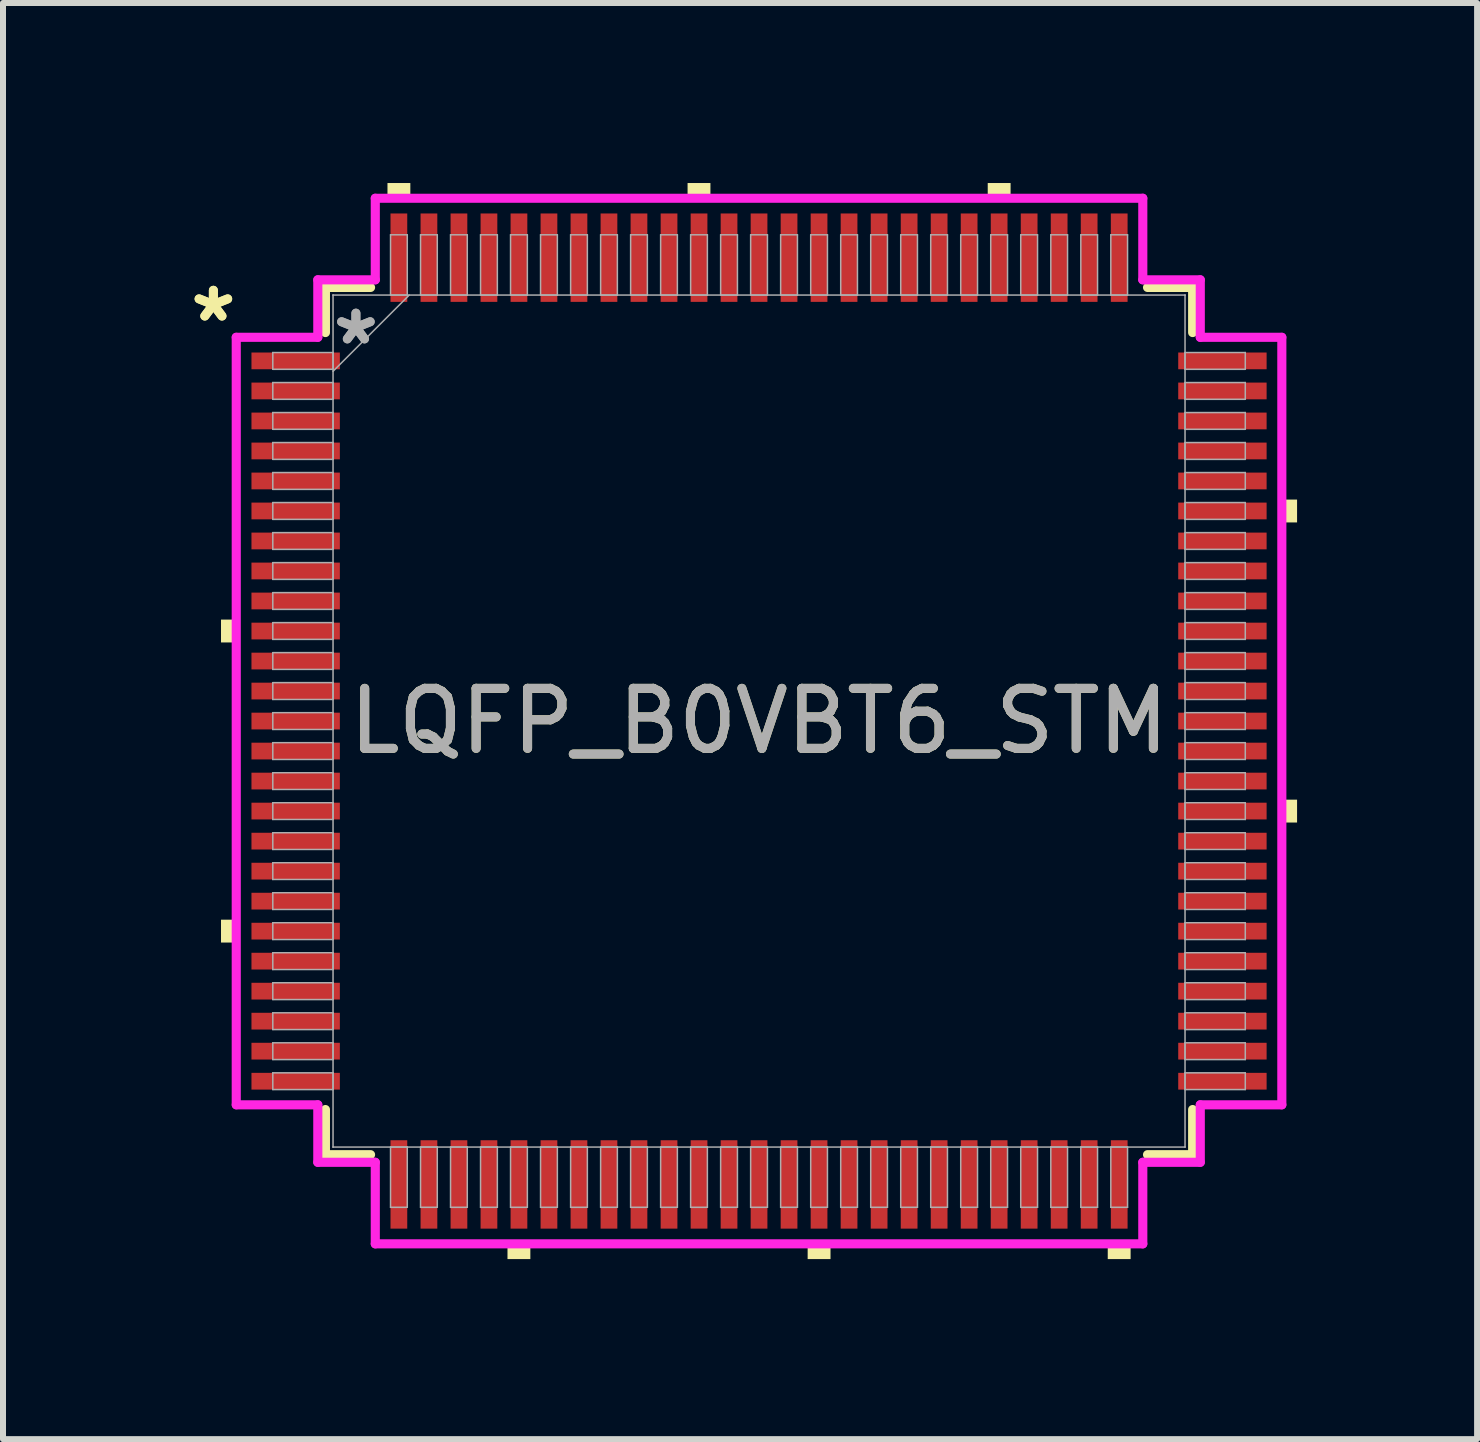
<source format=kicad_pcb>
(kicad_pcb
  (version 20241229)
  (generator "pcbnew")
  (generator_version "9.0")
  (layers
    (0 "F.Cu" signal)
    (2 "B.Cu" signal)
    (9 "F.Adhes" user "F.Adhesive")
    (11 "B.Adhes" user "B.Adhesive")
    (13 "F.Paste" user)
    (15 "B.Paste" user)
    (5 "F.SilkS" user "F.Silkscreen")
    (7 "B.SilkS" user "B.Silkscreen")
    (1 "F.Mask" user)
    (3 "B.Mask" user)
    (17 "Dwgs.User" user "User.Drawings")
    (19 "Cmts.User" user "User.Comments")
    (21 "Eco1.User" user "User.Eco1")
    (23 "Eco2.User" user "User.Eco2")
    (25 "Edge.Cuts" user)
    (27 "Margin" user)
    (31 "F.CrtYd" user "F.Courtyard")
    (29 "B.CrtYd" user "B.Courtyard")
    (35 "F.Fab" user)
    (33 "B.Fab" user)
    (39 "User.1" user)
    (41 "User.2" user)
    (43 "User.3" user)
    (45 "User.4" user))
  (footprint "LQFP_B0VBT6_STM"
    (layer "F.Cu")
    (at 9.599 8.966)
    (property "Reference" "LQFP_B0VBT6_STM" (at 0 0 0) (unlocked yes) (layer "F.SilkS") (effects (font (size 1 1) (thickness 0.15))))
    (attr smd)
    (fp_line (start -7.226 -7.226) (end -7.226 -6.474) (stroke (width 0.152) (type solid)) (layer "F.SilkS"))
    (fp_line (start -7.226 6.474) (end -7.226 7.226) (stroke (width 0.152) (type solid)) (layer "F.SilkS"))
    (fp_line (start -7.226 7.226) (end -6.474 7.226) (stroke (width 0.152) (type solid)) (layer "F.SilkS"))
    (fp_line (start -6.474 -7.226) (end -7.226 -7.226) (stroke (width 0.152) (type solid)) (layer "F.SilkS"))
    (fp_line (start 6.474 7.226) (end 7.226 7.226) (stroke (width 0.152) (type solid)) (layer "F.SilkS"))
    (fp_line (start 7.226 -7.226) (end 6.474 -7.226) (stroke (width 0.152) (type solid)) (layer "F.SilkS"))
    (fp_line (start 7.226 -6.474) (end 7.226 -7.226) (stroke (width 0.152) (type solid)) (layer "F.SilkS"))
    (fp_line (start 7.226 7.226) (end 7.226 6.474) (stroke (width 0.152) (type solid)) (layer "F.SilkS"))
    (fp_poly (pts (xy -8.966 -1.691) (xy -8.966 -1.31) (xy -8.712 -1.31) (xy -8.712 -1.691)) (stroke (width 0) (type solid)) (fill yes) (layer "F.SilkS"))
    (fp_poly (pts (xy -8.966 3.31) (xy -8.966 3.691) (xy -8.712 3.691) (xy -8.712 3.31)) (stroke (width 0) (type solid)) (fill yes) (layer "F.SilkS"))
    (fp_poly (pts (xy -6.192 -8.712) (xy -6.192 -8.966) (xy -5.811 -8.966) (xy -5.811 -8.712)) (stroke (width 0) (type solid)) (fill yes) (layer "F.SilkS"))
    (fp_poly (pts (xy -4.192 8.712) (xy -4.192 8.966) (xy -3.811 8.966) (xy -3.811 8.712)) (stroke (width 0) (type solid)) (fill yes) (layer "F.SilkS"))
    (fp_poly (pts (xy -1.191 -8.712) (xy -1.191 -8.966) (xy -0.81 -8.966) (xy -0.81 -8.712)) (stroke (width 0) (type solid)) (fill yes) (layer "F.SilkS"))
    (fp_poly (pts (xy 0.81 8.712) (xy 0.81 8.966) (xy 1.191 8.966) (xy 1.191 8.712)) (stroke (width 0) (type solid)) (fill yes) (layer "F.SilkS"))
    (fp_poly (pts (xy 3.811 -8.712) (xy 3.811 -8.966) (xy 4.192 -8.966) (xy 4.192 -8.712)) (stroke (width 0) (type solid)) (fill yes) (layer "F.SilkS"))
    (fp_poly (pts (xy 5.811 8.712) (xy 5.811 8.966) (xy 6.192 8.966) (xy 6.192 8.712)) (stroke (width 0) (type solid)) (fill yes) (layer "F.SilkS"))
    (fp_poly (pts (xy 8.966 -3.691) (xy 8.966 -3.31) (xy 8.712 -3.31) (xy 8.712 -3.691)) (stroke (width 0) (type solid)) (fill yes) (layer "F.SilkS"))
    (fp_poly (pts (xy 8.966 1.31) (xy 8.966 1.691) (xy 8.712 1.691) (xy 8.712 1.31)) (stroke (width 0) (type solid)) (fill yes) (layer "F.SilkS"))
    (fp_line (start -8.712 -6.395) (end -7.353 -6.395) (stroke (width 0.152) (type solid)) (layer "F.CrtYd"))
    (fp_line (start -8.712 6.395) (end -8.712 -6.395) (stroke (width 0.152) (type solid)) (layer "F.CrtYd"))
    (fp_line (start -7.353 -7.353) (end -6.395 -7.353) (stroke (width 0.152) (type solid)) (layer "F.CrtYd"))
    (fp_line (start -7.353 -6.395) (end -7.353 -7.353) (stroke (width 0.152) (type solid)) (layer "F.CrtYd"))
    (fp_line (start -7.353 6.395) (end -8.712 6.395) (stroke (width 0.152) (type solid)) (layer "F.CrtYd"))
    (fp_line (start -7.353 7.353) (end -7.353 6.395) (stroke (width 0.152) (type solid)) (layer "F.CrtYd"))
    (fp_line (start -7.353 7.353) (end -6.395 7.353) (stroke (width 0.152) (type solid)) (layer "F.CrtYd"))
    (fp_line (start -6.395 -8.712) (end 6.395 -8.712) (stroke (width 0.152) (type solid)) (layer "F.CrtYd"))
    (fp_line (start -6.395 -7.353) (end -6.395 -8.712) (stroke (width 0.152) (type solid)) (layer "F.CrtYd"))
    (fp_line (start -6.395 7.353) (end -6.395 8.712) (stroke (width 0.152) (type solid)) (layer "F.CrtYd"))
    (fp_line (start -6.395 8.712) (end 6.395 8.712) (stroke (width 0.152) (type solid)) (layer "F.CrtYd"))
    (fp_line (start 6.395 -8.712) (end 6.395 -7.353) (stroke (width 0.152) (type solid)) (layer "F.CrtYd"))
    (fp_line (start 6.395 -7.353) (end 7.353 -7.353) (stroke (width 0.152) (type solid)) (layer "F.CrtYd"))
    (fp_line (start 6.395 7.353) (end 7.353 7.353) (stroke (width 0.152) (type solid)) (layer "F.CrtYd"))
    (fp_line (start 6.395 8.712) (end 6.395 7.353) (stroke (width 0.152) (type solid)) (layer "F.CrtYd"))
    (fp_line (start 7.353 -6.395) (end 7.353 -7.353) (stroke (width 0.152) (type solid)) (layer "F.CrtYd"))
    (fp_line (start 7.353 6.395) (end 8.712 6.395) (stroke (width 0.152) (type solid)) (layer "F.CrtYd"))
    (fp_line (start 7.353 7.353) (end 7.353 6.395) (stroke (width 0.152) (type solid)) (layer "F.CrtYd"))
    (fp_line (start 8.712 -6.395) (end 7.353 -6.395) (stroke (width 0.152) (type solid)) (layer "F.CrtYd"))
    (fp_line (start 8.712 6.395) (end 8.712 -6.395) (stroke (width 0.152) (type solid)) (layer "F.CrtYd"))
    (fp_line (start -8.103 -6.141) (end -8.103 -5.862) (stroke (width 0.025) (type solid)) (layer "F.Fab"))
    (fp_line (start -8.103 -5.862) (end -7.099 -5.862) (stroke (width 0.025) (type solid)) (layer "F.Fab"))
    (fp_line (start -8.103 -5.641) (end -8.103 -5.362) (stroke (width 0.025) (type solid)) (layer "F.Fab"))
    (fp_line (start -8.103 -5.362) (end -7.099 -5.362) (stroke (width 0.025) (type solid)) (layer "F.Fab"))
    (fp_line (start -8.103 -5.141) (end -8.103 -4.862) (stroke (width 0.025) (type solid)) (layer "F.Fab"))
    (fp_line (start -8.103 -4.862) (end -7.099 -4.862) (stroke (width 0.025) (type solid)) (layer "F.Fab"))
    (fp_line (start -8.103 -4.641) (end -8.103 -4.361) (stroke (width 0.025) (type solid)) (layer "F.Fab"))
    (fp_line (start -8.103 -4.361) (end -7.099 -4.361) (stroke (width 0.025) (type solid)) (layer "F.Fab"))
    (fp_line (start -8.103 -4.141) (end -8.103 -3.861) (stroke (width 0.025) (type solid)) (layer "F.Fab"))
    (fp_line (start -8.103 -3.861) (end -7.099 -3.861) (stroke (width 0.025) (type solid)) (layer "F.Fab"))
    (fp_line (start -8.103 -3.641) (end -8.103 -3.361) (stroke (width 0.025) (type solid)) (layer "F.Fab"))
    (fp_line (start -8.103 -3.361) (end -7.099 -3.361) (stroke (width 0.025) (type solid)) (layer "F.Fab"))
    (fp_line (start -8.103 -3.14) (end -8.103 -2.861) (stroke (width 0.025) (type solid)) (layer "F.Fab"))
    (fp_line (start -8.103 -2.861) (end -7.099 -2.861) (stroke (width 0.025) (type solid)) (layer "F.Fab"))
    (fp_line (start -8.103 -2.64) (end -8.103 -2.361) (stroke (width 0.025) (type solid)) (layer "F.Fab"))
    (fp_line (start -8.103 -2.361) (end -7.099 -2.361) (stroke (width 0.025) (type solid)) (layer "F.Fab"))
    (fp_line (start -8.103 -2.14) (end -8.103 -1.861) (stroke (width 0.025) (type solid)) (layer "F.Fab"))
    (fp_line (start -8.103 -1.861) (end -7.099 -1.861) (stroke (width 0.025) (type solid)) (layer "F.Fab"))
    (fp_line (start -8.103 -1.64) (end -8.103 -1.361) (stroke (width 0.025) (type solid)) (layer "F.Fab"))
    (fp_line (start -8.103 -1.361) (end -7.099 -1.361) (stroke (width 0.025) (type solid)) (layer "F.Fab"))
    (fp_line (start -8.103 -1.14) (end -8.103 -0.861) (stroke (width 0.025) (type solid)) (layer "F.Fab"))
    (fp_line (start -8.103 -0.861) (end -7.099 -0.861) (stroke (width 0.025) (type solid)) (layer "F.Fab"))
    (fp_line (start -8.103 -0.64) (end -8.103 -0.36) (stroke (width 0.025) (type solid)) (layer "F.Fab"))
    (fp_line (start -8.103 -0.36) (end -7.099 -0.36) (stroke (width 0.025) (type solid)) (layer "F.Fab"))
    (fp_line (start -8.103 -0.14) (end -8.103 0.14) (stroke (width 0.025) (type solid)) (layer "F.Fab"))
    (fp_line (start -8.103 0.14) (end -7.099 0.14) (stroke (width 0.025) (type solid)) (layer "F.Fab"))
    (fp_line (start -8.103 0.36) (end -8.103 0.64) (stroke (width 0.025) (type solid)) (layer "F.Fab"))
    (fp_line (start -8.103 0.64) (end -7.099 0.64) (stroke (width 0.025) (type solid)) (layer "F.Fab"))
    (fp_line (start -8.103 0.861) (end -8.103 1.14) (stroke (width 0.025) (type solid)) (layer "F.Fab"))
    (fp_line (start -8.103 1.14) (end -7.099 1.14) (stroke (width 0.025) (type solid)) (layer "F.Fab"))
    (fp_line (start -8.103 1.361) (end -8.103 1.64) (stroke (width 0.025) (type solid)) (layer "F.Fab"))
    (fp_line (start -8.103 1.64) (end -7.099 1.64) (stroke (width 0.025) (type solid)) (layer "F.Fab"))
    (fp_line (start -8.103 1.861) (end -8.103 2.14) (stroke (width 0.025) (type solid)) (layer "F.Fab"))
    (fp_line (start -8.103 2.14) (end -7.099 2.14) (stroke (width 0.025) (type solid)) (layer "F.Fab"))
    (fp_line (start -8.103 2.361) (end -8.103 2.64) (stroke (width 0.025) (type solid)) (layer "F.Fab"))
    (fp_line (start -8.103 2.64) (end -7.099 2.64) (stroke (width 0.025) (type solid)) (layer "F.Fab"))
    (fp_line (start -8.103 2.861) (end -8.103 3.14) (stroke (width 0.025) (type solid)) (layer "F.Fab"))
    (fp_line (start -8.103 3.14) (end -7.099 3.14) (stroke (width 0.025) (type solid)) (layer "F.Fab"))
    (fp_line (start -8.103 3.361) (end -8.103 3.641) (stroke (width 0.025) (type solid)) (layer "F.Fab"))
    (fp_line (start -8.103 3.641) (end -7.099 3.641) (stroke (width 0.025) (type solid)) (layer "F.Fab"))
    (fp_line (start -8.103 3.861) (end -8.103 4.141) (stroke (width 0.025) (type solid)) (layer "F.Fab"))
    (fp_line (start -8.103 4.141) (end -7.099 4.141) (stroke (width 0.025) (type solid)) (layer "F.Fab"))
    (fp_line (start -8.103 4.361) (end -8.103 4.641) (stroke (width 0.025) (type solid)) (layer "F.Fab"))
    (fp_line (start -8.103 4.641) (end -7.099 4.641) (stroke (width 0.025) (type solid)) (layer "F.Fab"))
    (fp_line (start -8.103 4.862) (end -8.103 5.141) (stroke (width 0.025) (type solid)) (layer "F.Fab"))
    (fp_line (start -8.103 5.141) (end -7.099 5.141) (stroke (width 0.025) (type solid)) (layer "F.Fab"))
    (fp_line (start -8.103 5.362) (end -8.103 5.641) (stroke (width 0.025) (type solid)) (layer "F.Fab"))
    (fp_line (start -8.103 5.641) (end -7.099 5.641) (stroke (width 0.025) (type solid)) (layer "F.Fab"))
    (fp_line (start -8.103 5.862) (end -8.103 6.141) (stroke (width 0.025) (type solid)) (layer "F.Fab"))
    (fp_line (start -8.103 6.141) (end -7.099 6.141) (stroke (width 0.025) (type solid)) (layer "F.Fab"))
    (fp_line (start -7.099 -7.099) (end -7.099 -7.099) (stroke (width 0.025) (type solid)) (layer "F.Fab"))
    (fp_line (start -7.099 -7.099) (end -7.099 7.099) (stroke (width 0.025) (type solid)) (layer "F.Fab"))
    (fp_line (start -7.099 -6.141) (end -8.103 -6.141) (stroke (width 0.025) (type solid)) (layer "F.Fab"))
    (fp_line (start -7.099 -5.862) (end -7.099 -6.141) (stroke (width 0.025) (type solid)) (layer "F.Fab"))
    (fp_line (start -7.099 -5.829) (end -5.829 -7.099) (stroke (width 0.025) (type solid)) (layer "F.Fab"))
    (fp_line (start -7.099 -5.641) (end -8.103 -5.641) (stroke (width 0.025) (type solid)) (layer "F.Fab"))
    (fp_line (start -7.099 -5.362) (end -7.099 -5.641) (stroke (width 0.025) (type solid)) (layer "F.Fab"))
    (fp_line (start -7.099 -5.141) (end -8.103 -5.141) (stroke (width 0.025) (type solid)) (layer "F.Fab"))
    (fp_line (start -7.099 -4.862) (end -7.099 -5.141) (stroke (width 0.025) (type solid)) (layer "F.Fab"))
    (fp_line (start -7.099 -4.641) (end -8.103 -4.641) (stroke (width 0.025) (type solid)) (layer "F.Fab"))
    (fp_line (start -7.099 -4.361) (end -7.099 -4.641) (stroke (width 0.025) (type solid)) (layer "F.Fab"))
    (fp_line (start -7.099 -4.141) (end -8.103 -4.141) (stroke (width 0.025) (type solid)) (layer "F.Fab"))
    (fp_line (start -7.099 -3.861) (end -7.099 -4.141) (stroke (width 0.025) (type solid)) (layer "F.Fab"))
    (fp_line (start -7.099 -3.641) (end -8.103 -3.641) (stroke (width 0.025) (type solid)) (layer "F.Fab"))
    (fp_line (start -7.099 -3.361) (end -7.099 -3.641) (stroke (width 0.025) (type solid)) (layer "F.Fab"))
    (fp_line (start -7.099 -3.14) (end -8.103 -3.14) (stroke (width 0.025) (type solid)) (layer "F.Fab"))
    (fp_line (start -7.099 -2.861) (end -7.099 -3.14) (stroke (width 0.025) (type solid)) (layer "F.Fab"))
    (fp_line (start -7.099 -2.64) (end -8.103 -2.64) (stroke (width 0.025) (type solid)) (layer "F.Fab"))
    (fp_line (start -7.099 -2.361) (end -7.099 -2.64) (stroke (width 0.025) (type solid)) (layer "F.Fab"))
    (fp_line (start -7.099 -2.14) (end -8.103 -2.14) (stroke (width 0.025) (type solid)) (layer "F.Fab"))
    (fp_line (start -7.099 -1.861) (end -7.099 -2.14) (stroke (width 0.025) (type solid)) (layer "F.Fab"))
    (fp_line (start -7.099 -1.64) (end -8.103 -1.64) (stroke (width 0.025) (type solid)) (layer "F.Fab"))
    (fp_line (start -7.099 -1.361) (end -7.099 -1.64) (stroke (width 0.025) (type solid)) (layer "F.Fab"))
    (fp_line (start -7.099 -1.14) (end -8.103 -1.14) (stroke (width 0.025) (type solid)) (layer "F.Fab"))
    (fp_line (start -7.099 -0.861) (end -7.099 -1.14) (stroke (width 0.025) (type solid)) (layer "F.Fab"))
    (fp_line (start -7.099 -0.64) (end -8.103 -0.64) (stroke (width 0.025) (type solid)) (layer "F.Fab"))
    (fp_line (start -7.099 -0.36) (end -7.099 -0.64) (stroke (width 0.025) (type solid)) (layer "F.Fab"))
    (fp_line (start -7.099 -0.14) (end -8.103 -0.14) (stroke (width 0.025) (type solid)) (layer "F.Fab"))
    (fp_line (start -7.099 0.14) (end -7.099 -0.14) (stroke (width 0.025) (type solid)) (layer "F.Fab"))
    (fp_line (start -7.099 0.36) (end -8.103 0.36) (stroke (width 0.025) (type solid)) (layer "F.Fab"))
    (fp_line (start -7.099 0.64) (end -7.099 0.36) (stroke (width 0.025) (type solid)) (layer "F.Fab"))
    (fp_line (start -7.099 0.861) (end -8.103 0.861) (stroke (width 0.025) (type solid)) (layer "F.Fab"))
    (fp_line (start -7.099 1.14) (end -7.099 0.861) (stroke (width 0.025) (type solid)) (layer "F.Fab"))
    (fp_line (start -7.099 1.361) (end -8.103 1.361) (stroke (width 0.025) (type solid)) (layer "F.Fab"))
    (fp_line (start -7.099 1.64) (end -7.099 1.361) (stroke (width 0.025) (type solid)) (layer "F.Fab"))
    (fp_line (start -7.099 1.861) (end -8.103 1.861) (stroke (width 0.025) (type solid)) (layer "F.Fab"))
    (fp_line (start -7.099 2.14) (end -7.099 1.861) (stroke (width 0.025) (type solid)) (layer "F.Fab"))
    (fp_line (start -7.099 2.361) (end -8.103 2.361) (stroke (width 0.025) (type solid)) (layer "F.Fab"))
    (fp_line (start -7.099 2.64) (end -7.099 2.361) (stroke (width 0.025) (type solid)) (layer "F.Fab"))
    (fp_line (start -7.099 2.861) (end -8.103 2.861) (stroke (width 0.025) (type solid)) (layer "F.Fab"))
    (fp_line (start -7.099 3.14) (end -7.099 2.861) (stroke (width 0.025) (type solid)) (layer "F.Fab"))
    (fp_line (start -7.099 3.361) (end -8.103 3.361) (stroke (width 0.025) (type solid)) (layer "F.Fab"))
    (fp_line (start -7.099 3.641) (end -7.099 3.361) (stroke (width 0.025) (type solid)) (layer "F.Fab"))
    (fp_line (start -7.099 3.861) (end -8.103 3.861) (stroke (width 0.025) (type solid)) (layer "F.Fab"))
    (fp_line (start -7.099 4.141) (end -7.099 3.861) (stroke (width 0.025) (type solid)) (layer "F.Fab"))
    (fp_line (start -7.099 4.361) (end -8.103 4.361) (stroke (width 0.025) (type solid)) (layer "F.Fab"))
    (fp_line (start -7.099 4.641) (end -7.099 4.361) (stroke (width 0.025) (type solid)) (layer "F.Fab"))
    (fp_line (start -7.099 4.862) (end -8.103 4.862) (stroke (width 0.025) (type solid)) (layer "F.Fab"))
    (fp_line (start -7.099 5.141) (end -7.099 4.862) (stroke (width 0.025) (type solid)) (layer "F.Fab"))
    (fp_line (start -7.099 5.362) (end -8.103 5.362) (stroke (width 0.025) (type solid)) (layer "F.Fab"))
    (fp_line (start -7.099 5.641) (end -7.099 5.362) (stroke (width 0.025) (type solid)) (layer "F.Fab"))
    (fp_line (start -7.099 5.862) (end -8.103 5.862) (stroke (width 0.025) (type solid)) (layer "F.Fab"))
    (fp_line (start -7.099 6.141) (end -7.099 5.862) (stroke (width 0.025) (type solid)) (layer "F.Fab"))
    (fp_line (start -7.099 7.099) (end -7.099 7.099) (stroke (width 0.025) (type solid)) (layer "F.Fab"))
    (fp_line (start -7.099 7.099) (end 7.099 7.099) (stroke (width 0.025) (type solid)) (layer "F.Fab"))
    (fp_line (start -6.141 -8.103) (end -6.141 -7.099) (stroke (width 0.025) (type solid)) (layer "F.Fab"))
    (fp_line (start -6.141 -7.099) (end -5.862 -7.099) (stroke (width 0.025) (type solid)) (layer "F.Fab"))
    (fp_line (start -6.141 7.099) (end -6.141 8.103) (stroke (width 0.025) (type solid)) (layer "F.Fab"))
    (fp_line (start -6.141 8.103) (end -5.862 8.103) (stroke (width 0.025) (type solid)) (layer "F.Fab"))
    (fp_line (start -5.862 -8.103) (end -6.141 -8.103) (stroke (width 0.025) (type solid)) (layer "F.Fab"))
    (fp_line (start -5.862 -7.099) (end -5.862 -8.103) (stroke (width 0.025) (type solid)) (layer "F.Fab"))
    (fp_line (start -5.862 7.099) (end -6.141 7.099) (stroke (width 0.025) (type solid)) (layer "F.Fab"))
    (fp_line (start -5.862 8.103) (end -5.862 7.099) (stroke (width 0.025) (type solid)) (layer "F.Fab"))
    (fp_line (start -5.641 -8.103) (end -5.641 -7.099) (stroke (width 0.025) (type solid)) (layer "F.Fab"))
    (fp_line (start -5.641 -7.099) (end -5.362 -7.099) (stroke (width 0.025) (type solid)) (layer "F.Fab"))
    (fp_line (start -5.641 7.099) (end -5.641 8.103) (stroke (width 0.025) (type solid)) (layer "F.Fab"))
    (fp_line (start -5.641 8.103) (end -5.362 8.103) (stroke (width 0.025) (type solid)) (layer "F.Fab"))
    (fp_line (start -5.362 -8.103) (end -5.641 -8.103) (stroke (width 0.025) (type solid)) (layer "F.Fab"))
    (fp_line (start -5.362 -7.099) (end -5.362 -8.103) (stroke (width 0.025) (type solid)) (layer "F.Fab"))
    (fp_line (start -5.362 7.099) (end -5.641 7.099) (stroke (width 0.025) (type solid)) (layer "F.Fab"))
    (fp_line (start -5.362 8.103) (end -5.362 7.099) (stroke (width 0.025) (type solid)) (layer "F.Fab"))
    (fp_line (start -5.141 -8.103) (end -5.141 -7.099) (stroke (width 0.025) (type solid)) (layer "F.Fab"))
    (fp_line (start -5.141 -7.099) (end -4.862 -7.099) (stroke (width 0.025) (type solid)) (layer "F.Fab"))
    (fp_line (start -5.141 7.099) (end -5.141 8.103) (stroke (width 0.025) (type solid)) (layer "F.Fab"))
    (fp_line (start -5.141 8.103) (end -4.862 8.103) (stroke (width 0.025) (type solid)) (layer "F.Fab"))
    (fp_line (start -4.862 -8.103) (end -5.141 -8.103) (stroke (width 0.025) (type solid)) (layer "F.Fab"))
    (fp_line (start -4.862 -7.099) (end -4.862 -8.103) (stroke (width 0.025) (type solid)) (layer "F.Fab"))
    (fp_line (start -4.862 7.099) (end -5.141 7.099) (stroke (width 0.025) (type solid)) (layer "F.Fab"))
    (fp_line (start -4.862 8.103) (end -4.862 7.099) (stroke (width 0.025) (type solid)) (layer "F.Fab"))
    (fp_line (start -4.641 -8.103) (end -4.641 -7.099) (stroke (width 0.025) (type solid)) (layer "F.Fab"))
    (fp_line (start -4.641 -7.099) (end -4.361 -7.099) (stroke (width 0.025) (type solid)) (layer "F.Fab"))
    (fp_line (start -4.641 7.099) (end -4.641 8.103) (stroke (width 0.025) (type solid)) (layer "F.Fab"))
    (fp_line (start -4.641 8.103) (end -4.361 8.103) (stroke (width 0.025) (type solid)) (layer "F.Fab"))
    (fp_line (start -4.361 -8.103) (end -4.641 -8.103) (stroke (width 0.025) (type solid)) (layer "F.Fab"))
    (fp_line (start -4.361 -7.099) (end -4.361 -8.103) (stroke (width 0.025) (type solid)) (layer "F.Fab"))
    (fp_line (start -4.361 7.099) (end -4.641 7.099) (stroke (width 0.025) (type solid)) (layer "F.Fab"))
    (fp_line (start -4.361 8.103) (end -4.361 7.099) (stroke (width 0.025) (type solid)) (layer "F.Fab"))
    (fp_line (start -4.141 -8.103) (end -4.141 -7.099) (stroke (width 0.025) (type solid)) (layer "F.Fab"))
    (fp_line (start -4.141 -7.099) (end -3.861 -7.099) (stroke (width 0.025) (type solid)) (layer "F.Fab"))
    (fp_line (start -4.141 7.099) (end -4.141 8.103) (stroke (width 0.025) (type solid)) (layer "F.Fab"))
    (fp_line (start -4.141 8.103) (end -3.861 8.103) (stroke (width 0.025) (type solid)) (layer "F.Fab"))
    (fp_line (start -3.861 -8.103) (end -4.141 -8.103) (stroke (width 0.025) (type solid)) (layer "F.Fab"))
    (fp_line (start -3.861 -7.099) (end -3.861 -8.103) (stroke (width 0.025) (type solid)) (layer "F.Fab"))
    (fp_line (start -3.861 7.099) (end -4.141 7.099) (stroke (width 0.025) (type solid)) (layer "F.Fab"))
    (fp_line (start -3.861 8.103) (end -3.861 7.099) (stroke (width 0.025) (type solid)) (layer "F.Fab"))
    (fp_line (start -3.641 -8.103) (end -3.641 -7.099) (stroke (width 0.025) (type solid)) (layer "F.Fab"))
    (fp_line (start -3.641 -7.099) (end -3.361 -7.099) (stroke (width 0.025) (type solid)) (layer "F.Fab"))
    (fp_line (start -3.641 7.099) (end -3.641 8.103) (stroke (width 0.025) (type solid)) (layer "F.Fab"))
    (fp_line (start -3.641 8.103) (end -3.361 8.103) (stroke (width 0.025) (type solid)) (layer "F.Fab"))
    (fp_line (start -3.361 -8.103) (end -3.641 -8.103) (stroke (width 0.025) (type solid)) (layer "F.Fab"))
    (fp_line (start -3.361 -7.099) (end -3.361 -8.103) (stroke (width 0.025) (type solid)) (layer "F.Fab"))
    (fp_line (start -3.361 7.099) (end -3.641 7.099) (stroke (width 0.025) (type solid)) (layer "F.Fab"))
    (fp_line (start -3.361 8.103) (end -3.361 7.099) (stroke (width 0.025) (type solid)) (layer "F.Fab"))
    (fp_line (start -3.14 -8.103) (end -3.14 -7.099) (stroke (width 0.025) (type solid)) (layer "F.Fab"))
    (fp_line (start -3.14 -7.099) (end -2.861 -7.099) (stroke (width 0.025) (type solid)) (layer "F.Fab"))
    (fp_line (start -3.14 7.099) (end -3.14 8.103) (stroke (width 0.025) (type solid)) (layer "F.Fab"))
    (fp_line (start -3.14 8.103) (end -2.861 8.103) (stroke (width 0.025) (type solid)) (layer "F.Fab"))
    (fp_line (start -2.861 -8.103) (end -3.14 -8.103) (stroke (width 0.025) (type solid)) (layer "F.Fab"))
    (fp_line (start -2.861 -7.099) (end -2.861 -8.103) (stroke (width 0.025) (type solid)) (layer "F.Fab"))
    (fp_line (start -2.861 7.099) (end -3.14 7.099) (stroke (width 0.025) (type solid)) (layer "F.Fab"))
    (fp_line (start -2.861 8.103) (end -2.861 7.099) (stroke (width 0.025) (type solid)) (layer "F.Fab"))
    (fp_line (start -2.64 -8.103) (end -2.64 -7.099) (stroke (width 0.025) (type solid)) (layer "F.Fab"))
    (fp_line (start -2.64 -7.099) (end -2.361 -7.099) (stroke (width 0.025) (type solid)) (layer "F.Fab"))
    (fp_line (start -2.64 7.099) (end -2.64 8.103) (stroke (width 0.025) (type solid)) (layer "F.Fab"))
    (fp_line (start -2.64 8.103) (end -2.361 8.103) (stroke (width 0.025) (type solid)) (layer "F.Fab"))
    (fp_line (start -2.361 -8.103) (end -2.64 -8.103) (stroke (width 0.025) (type solid)) (layer "F.Fab"))
    (fp_line (start -2.361 -7.099) (end -2.361 -8.103) (stroke (width 0.025) (type solid)) (layer "F.Fab"))
    (fp_line (start -2.361 7.099) (end -2.64 7.099) (stroke (width 0.025) (type solid)) (layer "F.Fab"))
    (fp_line (start -2.361 8.103) (end -2.361 7.099) (stroke (width 0.025) (type solid)) (layer "F.Fab"))
    (fp_line (start -2.14 -8.103) (end -2.14 -7.099) (stroke (width 0.025) (type solid)) (layer "F.Fab"))
    (fp_line (start -2.14 -7.099) (end -1.861 -7.099) (stroke (width 0.025) (type solid)) (layer "F.Fab"))
    (fp_line (start -2.14 7.099) (end -2.14 8.103) (stroke (width 0.025) (type solid)) (layer "F.Fab"))
    (fp_line (start -2.14 8.103) (end -1.861 8.103) (stroke (width 0.025) (type solid)) (layer "F.Fab"))
    (fp_line (start -1.861 -8.103) (end -2.14 -8.103) (stroke (width 0.025) (type solid)) (layer "F.Fab"))
    (fp_line (start -1.861 -7.099) (end -1.861 -8.103) (stroke (width 0.025) (type solid)) (layer "F.Fab"))
    (fp_line (start -1.861 7.099) (end -2.14 7.099) (stroke (width 0.025) (type solid)) (layer "F.Fab"))
    (fp_line (start -1.861 8.103) (end -1.861 7.099) (stroke (width 0.025) (type solid)) (layer "F.Fab"))
    (fp_line (start -1.64 -8.103) (end -1.64 -7.099) (stroke (width 0.025) (type solid)) (layer "F.Fab"))
    (fp_line (start -1.64 -7.099) (end -1.361 -7.099) (stroke (width 0.025) (type solid)) (layer "F.Fab"))
    (fp_line (start -1.64 7.099) (end -1.64 8.103) (stroke (width 0.025) (type solid)) (layer "F.Fab"))
    (fp_line (start -1.64 8.103) (end -1.361 8.103) (stroke (width 0.025) (type solid)) (layer "F.Fab"))
    (fp_line (start -1.361 -8.103) (end -1.64 -8.103) (stroke (width 0.025) (type solid)) (layer "F.Fab"))
    (fp_line (start -1.361 -7.099) (end -1.361 -8.103) (stroke (width 0.025) (type solid)) (layer "F.Fab"))
    (fp_line (start -1.361 7.099) (end -1.64 7.099) (stroke (width 0.025) (type solid)) (layer "F.Fab"))
    (fp_line (start -1.361 8.103) (end -1.361 7.099) (stroke (width 0.025) (type solid)) (layer "F.Fab"))
    (fp_line (start -1.14 -8.103) (end -1.14 -7.099) (stroke (width 0.025) (type solid)) (layer "F.Fab"))
    (fp_line (start -1.14 -7.099) (end -0.861 -7.099) (stroke (width 0.025) (type solid)) (layer "F.Fab"))
    (fp_line (start -1.14 7.099) (end -1.14 8.103) (stroke (width 0.025) (type solid)) (layer "F.Fab"))
    (fp_line (start -1.14 8.103) (end -0.861 8.103) (stroke (width 0.025) (type solid)) (layer "F.Fab"))
    (fp_line (start -0.861 -8.103) (end -1.14 -8.103) (stroke (width 0.025) (type solid)) (layer "F.Fab"))
    (fp_line (start -0.861 -7.099) (end -0.861 -8.103) (stroke (width 0.025) (type solid)) (layer "F.Fab"))
    (fp_line (start -0.861 7.099) (end -1.14 7.099) (stroke (width 0.025) (type solid)) (layer "F.Fab"))
    (fp_line (start -0.861 8.103) (end -0.861 7.099) (stroke (width 0.025) (type solid)) (layer "F.Fab"))
    (fp_line (start -0.64 -8.103) (end -0.64 -7.099) (stroke (width 0.025) (type solid)) (layer "F.Fab"))
    (fp_line (start -0.64 -7.099) (end -0.36 -7.099) (stroke (width 0.025) (type solid)) (layer "F.Fab"))
    (fp_line (start -0.64 7.099) (end -0.64 8.103) (stroke (width 0.025) (type solid)) (layer "F.Fab"))
    (fp_line (start -0.64 8.103) (end -0.36 8.103) (stroke (width 0.025) (type solid)) (layer "F.Fab"))
    (fp_line (start -0.36 -8.103) (end -0.64 -8.103) (stroke (width 0.025) (type solid)) (layer "F.Fab"))
    (fp_line (start -0.36 -7.099) (end -0.36 -8.103) (stroke (width 0.025) (type solid)) (layer "F.Fab"))
    (fp_line (start -0.36 7.099) (end -0.64 7.099) (stroke (width 0.025) (type solid)) (layer "F.Fab"))
    (fp_line (start -0.36 8.103) (end -0.36 7.099) (stroke (width 0.025) (type solid)) (layer "F.Fab"))
    (fp_line (start -0.14 -8.103) (end -0.14 -7.099) (stroke (width 0.025) (type solid)) (layer "F.Fab"))
    (fp_line (start -0.14 -7.099) (end 0.14 -7.099) (stroke (width 0.025) (type solid)) (layer "F.Fab"))
    (fp_line (start -0.14 7.099) (end -0.14 8.103) (stroke (width 0.025) (type solid)) (layer "F.Fab"))
    (fp_line (start -0.14 8.103) (end 0.14 8.103) (stroke (width 0.025) (type solid)) (layer "F.Fab"))
    (fp_line (start 0.14 -8.103) (end -0.14 -8.103) (stroke (width 0.025) (type solid)) (layer "F.Fab"))
    (fp_line (start 0.14 -7.099) (end 0.14 -8.103) (stroke (width 0.025) (type solid)) (layer "F.Fab"))
    (fp_line (start 0.14 7.099) (end -0.14 7.099) (stroke (width 0.025) (type solid)) (layer "F.Fab"))
    (fp_line (start 0.14 8.103) (end 0.14 7.099) (stroke (width 0.025) (type solid)) (layer "F.Fab"))
    (fp_line (start 0.36 -8.103) (end 0.36 -7.099) (stroke (width 0.025) (type solid)) (layer "F.Fab"))
    (fp_line (start 0.36 -7.099) (end 0.64 -7.099) (stroke (width 0.025) (type solid)) (layer "F.Fab"))
    (fp_line (start 0.36 7.099) (end 0.36 8.103) (stroke (width 0.025) (type solid)) (layer "F.Fab"))
    (fp_line (start 0.36 8.103) (end 0.64 8.103) (stroke (width 0.025) (type solid)) (layer "F.Fab"))
    (fp_line (start 0.64 -8.103) (end 0.36 -8.103) (stroke (width 0.025) (type solid)) (layer "F.Fab"))
    (fp_line (start 0.64 -7.099) (end 0.64 -8.103) (stroke (width 0.025) (type solid)) (layer "F.Fab"))
    (fp_line (start 0.64 7.099) (end 0.36 7.099) (stroke (width 0.025) (type solid)) (layer "F.Fab"))
    (fp_line (start 0.64 8.103) (end 0.64 7.099) (stroke (width 0.025) (type solid)) (layer "F.Fab"))
    (fp_line (start 0.861 -8.103) (end 0.861 -7.099) (stroke (width 0.025) (type solid)) (layer "F.Fab"))
    (fp_line (start 0.861 -7.099) (end 1.14 -7.099) (stroke (width 0.025) (type solid)) (layer "F.Fab"))
    (fp_line (start 0.861 7.099) (end 0.861 8.103) (stroke (width 0.025) (type solid)) (layer "F.Fab"))
    (fp_line (start 0.861 8.103) (end 1.14 8.103) (stroke (width 0.025) (type solid)) (layer "F.Fab"))
    (fp_line (start 1.14 -8.103) (end 0.861 -8.103) (stroke (width 0.025) (type solid)) (layer "F.Fab"))
    (fp_line (start 1.14 -7.099) (end 1.14 -8.103) (stroke (width 0.025) (type solid)) (layer "F.Fab"))
    (fp_line (start 1.14 7.099) (end 0.861 7.099) (stroke (width 0.025) (type solid)) (layer "F.Fab"))
    (fp_line (start 1.14 8.103) (end 1.14 7.099) (stroke (width 0.025) (type solid)) (layer "F.Fab"))
    (fp_line (start 1.361 -8.103) (end 1.361 -7.099) (stroke (width 0.025) (type solid)) (layer "F.Fab"))
    (fp_line (start 1.361 -7.099) (end 1.64 -7.099) (stroke (width 0.025) (type solid)) (layer "F.Fab"))
    (fp_line (start 1.361 7.099) (end 1.361 8.103) (stroke (width 0.025) (type solid)) (layer "F.Fab"))
    (fp_line (start 1.361 8.103) (end 1.64 8.103) (stroke (width 0.025) (type solid)) (layer "F.Fab"))
    (fp_line (start 1.64 -8.103) (end 1.361 -8.103) (stroke (width 0.025) (type solid)) (layer "F.Fab"))
    (fp_line (start 1.64 -7.099) (end 1.64 -8.103) (stroke (width 0.025) (type solid)) (layer "F.Fab"))
    (fp_line (start 1.64 7.099) (end 1.361 7.099) (stroke (width 0.025) (type solid)) (layer "F.Fab"))
    (fp_line (start 1.64 8.103) (end 1.64 7.099) (stroke (width 0.025) (type solid)) (layer "F.Fab"))
    (fp_line (start 1.861 -8.103) (end 1.861 -7.099) (stroke (width 0.025) (type solid)) (layer "F.Fab"))
    (fp_line (start 1.861 -7.099) (end 2.14 -7.099) (stroke (width 0.025) (type solid)) (layer "F.Fab"))
    (fp_line (start 1.861 7.099) (end 1.861 8.103) (stroke (width 0.025) (type solid)) (layer "F.Fab"))
    (fp_line (start 1.861 8.103) (end 2.14 8.103) (stroke (width 0.025) (type solid)) (layer "F.Fab"))
    (fp_line (start 2.14 -8.103) (end 1.861 -8.103) (stroke (width 0.025) (type solid)) (layer "F.Fab"))
    (fp_line (start 2.14 -7.099) (end 2.14 -8.103) (stroke (width 0.025) (type solid)) (layer "F.Fab"))
    (fp_line (start 2.14 7.099) (end 1.861 7.099) (stroke (width 0.025) (type solid)) (layer "F.Fab"))
    (fp_line (start 2.14 8.103) (end 2.14 7.099) (stroke (width 0.025) (type solid)) (layer "F.Fab"))
    (fp_line (start 2.361 -8.103) (end 2.361 -7.099) (stroke (width 0.025) (type solid)) (layer "F.Fab"))
    (fp_line (start 2.361 -7.099) (end 2.64 -7.099) (stroke (width 0.025) (type solid)) (layer "F.Fab"))
    (fp_line (start 2.361 7.099) (end 2.361 8.103) (stroke (width 0.025) (type solid)) (layer "F.Fab"))
    (fp_line (start 2.361 8.103) (end 2.64 8.103) (stroke (width 0.025) (type solid)) (layer "F.Fab"))
    (fp_line (start 2.64 -8.103) (end 2.361 -8.103) (stroke (width 0.025) (type solid)) (layer "F.Fab"))
    (fp_line (start 2.64 -7.099) (end 2.64 -8.103) (stroke (width 0.025) (type solid)) (layer "F.Fab"))
    (fp_line (start 2.64 7.099) (end 2.361 7.099) (stroke (width 0.025) (type solid)) (layer "F.Fab"))
    (fp_line (start 2.64 8.103) (end 2.64 7.099) (stroke (width 0.025) (type solid)) (layer "F.Fab"))
    (fp_line (start 2.861 -8.103) (end 2.861 -7.099) (stroke (width 0.025) (type solid)) (layer "F.Fab"))
    (fp_line (start 2.861 -7.099) (end 3.14 -7.099) (stroke (width 0.025) (type solid)) (layer "F.Fab"))
    (fp_line (start 2.861 7.099) (end 2.861 8.103) (stroke (width 0.025) (type solid)) (layer "F.Fab"))
    (fp_line (start 2.861 8.103) (end 3.14 8.103) (stroke (width 0.025) (type solid)) (layer "F.Fab"))
    (fp_line (start 3.14 -8.103) (end 2.861 -8.103) (stroke (width 0.025) (type solid)) (layer "F.Fab"))
    (fp_line (start 3.14 -7.099) (end 3.14 -8.103) (stroke (width 0.025) (type solid)) (layer "F.Fab"))
    (fp_line (start 3.14 7.099) (end 2.861 7.099) (stroke (width 0.025) (type solid)) (layer "F.Fab"))
    (fp_line (start 3.14 8.103) (end 3.14 7.099) (stroke (width 0.025) (type solid)) (layer "F.Fab"))
    (fp_line (start 3.361 -8.103) (end 3.361 -7.099) (stroke (width 0.025) (type solid)) (layer "F.Fab"))
    (fp_line (start 3.361 -7.099) (end 3.641 -7.099) (stroke (width 0.025) (type solid)) (layer "F.Fab"))
    (fp_line (start 3.361 7.099) (end 3.361 8.103) (stroke (width 0.025) (type solid)) (layer "F.Fab"))
    (fp_line (start 3.361 8.103) (end 3.641 8.103) (stroke (width 0.025) (type solid)) (layer "F.Fab"))
    (fp_line (start 3.641 -8.103) (end 3.361 -8.103) (stroke (width 0.025) (type solid)) (layer "F.Fab"))
    (fp_line (start 3.641 -7.099) (end 3.641 -8.103) (stroke (width 0.025) (type solid)) (layer "F.Fab"))
    (fp_line (start 3.641 7.099) (end 3.361 7.099) (stroke (width 0.025) (type solid)) (layer "F.Fab"))
    (fp_line (start 3.641 8.103) (end 3.641 7.099) (stroke (width 0.025) (type solid)) (layer "F.Fab"))
    (fp_line (start 3.861 -8.103) (end 3.861 -7.099) (stroke (width 0.025) (type solid)) (layer "F.Fab"))
    (fp_line (start 3.861 -7.099) (end 4.141 -7.099) (stroke (width 0.025) (type solid)) (layer "F.Fab"))
    (fp_line (start 3.861 7.099) (end 3.861 8.103) (stroke (width 0.025) (type solid)) (layer "F.Fab"))
    (fp_line (start 3.861 8.103) (end 4.141 8.103) (stroke (width 0.025) (type solid)) (layer "F.Fab"))
    (fp_line (start 4.141 -8.103) (end 3.861 -8.103) (stroke (width 0.025) (type solid)) (layer "F.Fab"))
    (fp_line (start 4.141 -7.099) (end 4.141 -8.103) (stroke (width 0.025) (type solid)) (layer "F.Fab"))
    (fp_line (start 4.141 7.099) (end 3.861 7.099) (stroke (width 0.025) (type solid)) (layer "F.Fab"))
    (fp_line (start 4.141 8.103) (end 4.141 7.099) (stroke (width 0.025) (type solid)) (layer "F.Fab"))
    (fp_line (start 4.361 -8.103) (end 4.361 -7.099) (stroke (width 0.025) (type solid)) (layer "F.Fab"))
    (fp_line (start 4.361 -7.099) (end 4.641 -7.099) (stroke (width 0.025) (type solid)) (layer "F.Fab"))
    (fp_line (start 4.361 7.099) (end 4.361 8.103) (stroke (width 0.025) (type solid)) (layer "F.Fab"))
    (fp_line (start 4.361 8.103) (end 4.641 8.103) (stroke (width 0.025) (type solid)) (layer "F.Fab"))
    (fp_line (start 4.641 -8.103) (end 4.361 -8.103) (stroke (width 0.025) (type solid)) (layer "F.Fab"))
    (fp_line (start 4.641 -7.099) (end 4.641 -8.103) (stroke (width 0.025) (type solid)) (layer "F.Fab"))
    (fp_line (start 4.641 7.099) (end 4.361 7.099) (stroke (width 0.025) (type solid)) (layer "F.Fab"))
    (fp_line (start 4.641 8.103) (end 4.641 7.099) (stroke (width 0.025) (type solid)) (layer "F.Fab"))
    (fp_line (start 4.862 -8.103) (end 4.862 -7.099) (stroke (width 0.025) (type solid)) (layer "F.Fab"))
    (fp_line (start 4.862 -7.099) (end 5.141 -7.099) (stroke (width 0.025) (type solid)) (layer "F.Fab"))
    (fp_line (start 4.862 7.099) (end 4.862 8.103) (stroke (width 0.025) (type solid)) (layer "F.Fab"))
    (fp_line (start 4.862 8.103) (end 5.141 8.103) (stroke (width 0.025) (type solid)) (layer "F.Fab"))
    (fp_line (start 5.141 -8.103) (end 4.862 -8.103) (stroke (width 0.025) (type solid)) (layer "F.Fab"))
    (fp_line (start 5.141 -7.099) (end 5.141 -8.103) (stroke (width 0.025) (type solid)) (layer "F.Fab"))
    (fp_line (start 5.141 7.099) (end 4.862 7.099) (stroke (width 0.025) (type solid)) (layer "F.Fab"))
    (fp_line (start 5.141 8.103) (end 5.141 7.099) (stroke (width 0.025) (type solid)) (layer "F.Fab"))
    (fp_line (start 5.362 -8.103) (end 5.362 -7.099) (stroke (width 0.025) (type solid)) (layer "F.Fab"))
    (fp_line (start 5.362 -7.099) (end 5.641 -7.099) (stroke (width 0.025) (type solid)) (layer "F.Fab"))
    (fp_line (start 5.362 7.099) (end 5.362 8.103) (stroke (width 0.025) (type solid)) (layer "F.Fab"))
    (fp_line (start 5.362 8.103) (end 5.641 8.103) (stroke (width 0.025) (type solid)) (layer "F.Fab"))
    (fp_line (start 5.641 -8.103) (end 5.362 -8.103) (stroke (width 0.025) (type solid)) (layer "F.Fab"))
    (fp_line (start 5.641 -7.099) (end 5.641 -8.103) (stroke (width 0.025) (type solid)) (layer "F.Fab"))
    (fp_line (start 5.641 7.099) (end 5.362 7.099) (stroke (width 0.025) (type solid)) (layer "F.Fab"))
    (fp_line (start 5.641 8.103) (end 5.641 7.099) (stroke (width 0.025) (type solid)) (layer "F.Fab"))
    (fp_line (start 5.862 -8.103) (end 5.862 -7.099) (stroke (width 0.025) (type solid)) (layer "F.Fab"))
    (fp_line (start 5.862 -7.099) (end 6.141 -7.099) (stroke (width 0.025) (type solid)) (layer "F.Fab"))
    (fp_line (start 5.862 7.099) (end 5.862 8.103) (stroke (width 0.025) (type solid)) (layer "F.Fab"))
    (fp_line (start 5.862 8.103) (end 6.141 8.103) (stroke (width 0.025) (type solid)) (layer "F.Fab"))
    (fp_line (start 6.141 -8.103) (end 5.862 -8.103) (stroke (width 0.025) (type solid)) (layer "F.Fab"))
    (fp_line (start 6.141 -7.099) (end 6.141 -8.103) (stroke (width 0.025) (type solid)) (layer "F.Fab"))
    (fp_line (start 6.141 7.099) (end 5.862 7.099) (stroke (width 0.025) (type solid)) (layer "F.Fab"))
    (fp_line (start 6.141 8.103) (end 6.141 7.099) (stroke (width 0.025) (type solid)) (layer "F.Fab"))
    (fp_line (start 7.099 -7.099) (end -7.099 -7.099) (stroke (width 0.025) (type solid)) (layer "F.Fab"))
    (fp_line (start 7.099 -7.099) (end 7.099 -7.099) (stroke (width 0.025) (type solid)) (layer "F.Fab"))
    (fp_line (start 7.099 -6.141) (end 7.099 -5.862) (stroke (width 0.025) (type solid)) (layer "F.Fab"))
    (fp_line (start 7.099 -5.862) (end 8.103 -5.862) (stroke (width 0.025) (type solid)) (layer "F.Fab"))
    (fp_line (start 7.099 -5.641) (end 7.099 -5.362) (stroke (width 0.025) (type solid)) (layer "F.Fab"))
    (fp_line (start 7.099 -5.362) (end 8.103 -5.362) (stroke (width 0.025) (type solid)) (layer "F.Fab"))
    (fp_line (start 7.099 -5.141) (end 7.099 -4.862) (stroke (width 0.025) (type solid)) (layer "F.Fab"))
    (fp_line (start 7.099 -4.862) (end 8.103 -4.862) (stroke (width 0.025) (type solid)) (layer "F.Fab"))
    (fp_line (start 7.099 -4.641) (end 7.099 -4.361) (stroke (width 0.025) (type solid)) (layer "F.Fab"))
    (fp_line (start 7.099 -4.361) (end 8.103 -4.361) (stroke (width 0.025) (type solid)) (layer "F.Fab"))
    (fp_line (start 7.099 -4.141) (end 7.099 -3.861) (stroke (width 0.025) (type solid)) (layer "F.Fab"))
    (fp_line (start 7.099 -3.861) (end 8.103 -3.861) (stroke (width 0.025) (type solid)) (layer "F.Fab"))
    (fp_line (start 7.099 -3.641) (end 7.099 -3.361) (stroke (width 0.025) (type solid)) (layer "F.Fab"))
    (fp_line (start 7.099 -3.361) (end 8.103 -3.361) (stroke (width 0.025) (type solid)) (layer "F.Fab"))
    (fp_line (start 7.099 -3.14) (end 7.099 -2.861) (stroke (width 0.025) (type solid)) (layer "F.Fab"))
    (fp_line (start 7.099 -2.861) (end 8.103 -2.861) (stroke (width 0.025) (type solid)) (layer "F.Fab"))
    (fp_line (start 7.099 -2.64) (end 7.099 -2.361) (stroke (width 0.025) (type solid)) (layer "F.Fab"))
    (fp_line (start 7.099 -2.361) (end 8.103 -2.361) (stroke (width 0.025) (type solid)) (layer "F.Fab"))
    (fp_line (start 7.099 -2.14) (end 7.099 -1.861) (stroke (width 0.025) (type solid)) (layer "F.Fab"))
    (fp_line (start 7.099 -1.861) (end 8.103 -1.861) (stroke (width 0.025) (type solid)) (layer "F.Fab"))
    (fp_line (start 7.099 -1.64) (end 7.099 -1.361) (stroke (width 0.025) (type solid)) (layer "F.Fab"))
    (fp_line (start 7.099 -1.361) (end 8.103 -1.361) (stroke (width 0.025) (type solid)) (layer "F.Fab"))
    (fp_line (start 7.099 -1.14) (end 7.099 -0.861) (stroke (width 0.025) (type solid)) (layer "F.Fab"))
    (fp_line (start 7.099 -0.861) (end 8.103 -0.861) (stroke (width 0.025) (type solid)) (layer "F.Fab"))
    (fp_line (start 7.099 -0.64) (end 7.099 -0.36) (stroke (width 0.025) (type solid)) (layer "F.Fab"))
    (fp_line (start 7.099 -0.36) (end 8.103 -0.36) (stroke (width 0.025) (type solid)) (layer "F.Fab"))
    (fp_line (start 7.099 -0.14) (end 7.099 0.14) (stroke (width 0.025) (type solid)) (layer "F.Fab"))
    (fp_line (start 7.099 0.14) (end 8.103 0.14) (stroke (width 0.025) (type solid)) (layer "F.Fab"))
    (fp_line (start 7.099 0.36) (end 7.099 0.64) (stroke (width 0.025) (type solid)) (layer "F.Fab"))
    (fp_line (start 7.099 0.64) (end 8.103 0.64) (stroke (width 0.025) (type solid)) (layer "F.Fab"))
    (fp_line (start 7.099 0.861) (end 7.099 1.14) (stroke (width 0.025) (type solid)) (layer "F.Fab"))
    (fp_line (start 7.099 1.14) (end 8.103 1.14) (stroke (width 0.025) (type solid)) (layer "F.Fab"))
    (fp_line (start 7.099 1.361) (end 7.099 1.64) (stroke (width 0.025) (type solid)) (layer "F.Fab"))
    (fp_line (start 7.099 1.64) (end 8.103 1.64) (stroke (width 0.025) (type solid)) (layer "F.Fab"))
    (fp_line (start 7.099 1.861) (end 7.099 2.14) (stroke (width 0.025) (type solid)) (layer "F.Fab"))
    (fp_line (start 7.099 2.14) (end 8.103 2.14) (stroke (width 0.025) (type solid)) (layer "F.Fab"))
    (fp_line (start 7.099 2.361) (end 7.099 2.64) (stroke (width 0.025) (type solid)) (layer "F.Fab"))
    (fp_line (start 7.099 2.64) (end 8.103 2.64) (stroke (width 0.025) (type solid)) (layer "F.Fab"))
    (fp_line (start 7.099 2.861) (end 7.099 3.14) (stroke (width 0.025) (type solid)) (layer "F.Fab"))
    (fp_line (start 7.099 3.14) (end 8.103 3.14) (stroke (width 0.025) (type solid)) (layer "F.Fab"))
    (fp_line (start 7.099 3.361) (end 7.099 3.641) (stroke (width 0.025) (type solid)) (layer "F.Fab"))
    (fp_line (start 7.099 3.641) (end 8.103 3.641) (stroke (width 0.025) (type solid)) (layer "F.Fab"))
    (fp_line (start 7.099 3.861) (end 7.099 4.141) (stroke (width 0.025) (type solid)) (layer "F.Fab"))
    (fp_line (start 7.099 4.141) (end 8.103 4.141) (stroke (width 0.025) (type solid)) (layer "F.Fab"))
    (fp_line (start 7.099 4.361) (end 7.099 4.641) (stroke (width 0.025) (type solid)) (layer "F.Fab"))
    (fp_line (start 7.099 4.641) (end 8.103 4.641) (stroke (width 0.025) (type solid)) (layer "F.Fab"))
    (fp_line (start 7.099 4.862) (end 7.099 5.141) (stroke (width 0.025) (type solid)) (layer "F.Fab"))
    (fp_line (start 7.099 5.141) (end 8.103 5.141) (stroke (width 0.025) (type solid)) (layer "F.Fab"))
    (fp_line (start 7.099 5.362) (end 7.099 5.641) (stroke (width 0.025) (type solid)) (layer "F.Fab"))
    (fp_line (start 7.099 5.641) (end 8.103 5.641) (stroke (width 0.025) (type solid)) (layer "F.Fab"))
    (fp_line (start 7.099 5.862) (end 7.099 6.141) (stroke (width 0.025) (type solid)) (layer "F.Fab"))
    (fp_line (start 7.099 6.141) (end 8.103 6.141) (stroke (width 0.025) (type solid)) (layer "F.Fab"))
    (fp_line (start 7.099 7.099) (end 7.099 -7.099) (stroke (width 0.025) (type solid)) (layer "F.Fab"))
    (fp_line (start 7.099 7.099) (end 7.099 7.099) (stroke (width 0.025) (type solid)) (layer "F.Fab"))
    (fp_line (start 8.103 -6.141) (end 7.099 -6.141) (stroke (width 0.025) (type solid)) (layer "F.Fab"))
    (fp_line (start 8.103 -5.862) (end 8.103 -6.141) (stroke (width 0.025) (type solid)) (layer "F.Fab"))
    (fp_line (start 8.103 -5.641) (end 7.099 -5.641) (stroke (width 0.025) (type solid)) (layer "F.Fab"))
    (fp_line (start 8.103 -5.362) (end 8.103 -5.641) (stroke (width 0.025) (type solid)) (layer "F.Fab"))
    (fp_line (start 8.103 -5.141) (end 7.099 -5.141) (stroke (width 0.025) (type solid)) (layer "F.Fab"))
    (fp_line (start 8.103 -4.862) (end 8.103 -5.141) (stroke (width 0.025) (type solid)) (layer "F.Fab"))
    (fp_line (start 8.103 -4.641) (end 7.099 -4.641) (stroke (width 0.025) (type solid)) (layer "F.Fab"))
    (fp_line (start 8.103 -4.361) (end 8.103 -4.641) (stroke (width 0.025) (type solid)) (layer "F.Fab"))
    (fp_line (start 8.103 -4.141) (end 7.099 -4.141) (stroke (width 0.025) (type solid)) (layer "F.Fab"))
    (fp_line (start 8.103 -3.861) (end 8.103 -4.141) (stroke (width 0.025) (type solid)) (layer "F.Fab"))
    (fp_line (start 8.103 -3.641) (end 7.099 -3.641) (stroke (width 0.025) (type solid)) (layer "F.Fab"))
    (fp_line (start 8.103 -3.361) (end 8.103 -3.641) (stroke (width 0.025) (type solid)) (layer "F.Fab"))
    (fp_line (start 8.103 -3.14) (end 7.099 -3.14) (stroke (width 0.025) (type solid)) (layer "F.Fab"))
    (fp_line (start 8.103 -2.861) (end 8.103 -3.14) (stroke (width 0.025) (type solid)) (layer "F.Fab"))
    (fp_line (start 8.103 -2.64) (end 7.099 -2.64) (stroke (width 0.025) (type solid)) (layer "F.Fab"))
    (fp_line (start 8.103 -2.361) (end 8.103 -2.64) (stroke (width 0.025) (type solid)) (layer "F.Fab"))
    (fp_line (start 8.103 -2.14) (end 7.099 -2.14) (stroke (width 0.025) (type solid)) (layer "F.Fab"))
    (fp_line (start 8.103 -1.861) (end 8.103 -2.14) (stroke (width 0.025) (type solid)) (layer "F.Fab"))
    (fp_line (start 8.103 -1.64) (end 7.099 -1.64) (stroke (width 0.025) (type solid)) (layer "F.Fab"))
    (fp_line (start 8.103 -1.361) (end 8.103 -1.64) (stroke (width 0.025) (type solid)) (layer "F.Fab"))
    (fp_line (start 8.103 -1.14) (end 7.099 -1.14) (stroke (width 0.025) (type solid)) (layer "F.Fab"))
    (fp_line (start 8.103 -0.861) (end 8.103 -1.14) (stroke (width 0.025) (type solid)) (layer "F.Fab"))
    (fp_line (start 8.103 -0.64) (end 7.099 -0.64) (stroke (width 0.025) (type solid)) (layer "F.Fab"))
    (fp_line (start 8.103 -0.36) (end 8.103 -0.64) (stroke (width 0.025) (type solid)) (layer "F.Fab"))
    (fp_line (start 8.103 -0.14) (end 7.099 -0.14) (stroke (width 0.025) (type solid)) (layer "F.Fab"))
    (fp_line (start 8.103 0.14) (end 8.103 -0.14) (stroke (width 0.025) (type solid)) (layer "F.Fab"))
    (fp_line (start 8.103 0.36) (end 7.099 0.36) (stroke (width 0.025) (type solid)) (layer "F.Fab"))
    (fp_line (start 8.103 0.64) (end 8.103 0.36) (stroke (width 0.025) (type solid)) (layer "F.Fab"))
    (fp_line (start 8.103 0.861) (end 7.099 0.861) (stroke (width 0.025) (type solid)) (layer "F.Fab"))
    (fp_line (start 8.103 1.14) (end 8.103 0.861) (stroke (width 0.025) (type solid)) (layer "F.Fab"))
    (fp_line (start 8.103 1.361) (end 7.099 1.361) (stroke (width 0.025) (type solid)) (layer "F.Fab"))
    (fp_line (start 8.103 1.64) (end 8.103 1.361) (stroke (width 0.025) (type solid)) (layer "F.Fab"))
    (fp_line (start 8.103 1.861) (end 7.099 1.861) (stroke (width 0.025) (type solid)) (layer "F.Fab"))
    (fp_line (start 8.103 2.14) (end 8.103 1.861) (stroke (width 0.025) (type solid)) (layer "F.Fab"))
    (fp_line (start 8.103 2.361) (end 7.099 2.361) (stroke (width 0.025) (type solid)) (layer "F.Fab"))
    (fp_line (start 8.103 2.64) (end 8.103 2.361) (stroke (width 0.025) (type solid)) (layer "F.Fab"))
    (fp_line (start 8.103 2.861) (end 7.099 2.861) (stroke (width 0.025) (type solid)) (layer "F.Fab"))
    (fp_line (start 8.103 3.14) (end 8.103 2.861) (stroke (width 0.025) (type solid)) (layer "F.Fab"))
    (fp_line (start 8.103 3.361) (end 7.099 3.361) (stroke (width 0.025) (type solid)) (layer "F.Fab"))
    (fp_line (start 8.103 3.641) (end 8.103 3.361) (stroke (width 0.025) (type solid)) (layer "F.Fab"))
    (fp_line (start 8.103 3.861) (end 7.099 3.861) (stroke (width 0.025) (type solid)) (layer "F.Fab"))
    (fp_line (start 8.103 4.141) (end 8.103 3.861) (stroke (width 0.025) (type solid)) (layer "F.Fab"))
    (fp_line (start 8.103 4.361) (end 7.099 4.361) (stroke (width 0.025) (type solid)) (layer "F.Fab"))
    (fp_line (start 8.103 4.641) (end 8.103 4.361) (stroke (width 0.025) (type solid)) (layer "F.Fab"))
    (fp_line (start 8.103 4.862) (end 7.099 4.862) (stroke (width 0.025) (type solid)) (layer "F.Fab"))
    (fp_line (start 8.103 5.141) (end 8.103 4.862) (stroke (width 0.025) (type solid)) (layer "F.Fab"))
    (fp_line (start 8.103 5.362) (end 7.099 5.362) (stroke (width 0.025) (type solid)) (layer "F.Fab"))
    (fp_line (start 8.103 5.641) (end 8.103 5.362) (stroke (width 0.025) (type solid)) (layer "F.Fab"))
    (fp_line (start 8.103 5.862) (end 7.099 5.862) (stroke (width 0.025) (type solid)) (layer "F.Fab"))
    (fp_line (start 8.103 6.141) (end 8.103 5.862) (stroke (width 0.025) (type solid)) (layer "F.Fab"))
    (fp_text user "*" (at -9.093 -6.633 0) (layer "F.SilkS") (effects (font (size 1 1) (thickness 0.15))))
    (fp_text user "*" (at -9.093 -6.633 0) (unlocked yes) (layer "F.SilkS") (effects (font (size 1 1) (thickness 0.15))))
    (fp_text user "*" (at -6.718 -6.252 0) (layer "F.Fab") (effects (font (size 1 1) (thickness 0.15))))
    (fp_text user "${REFERENCE}" (at 0 0 0) (unlocked yes) (layer "F.Fab") (effects (font (size 1 1) (thickness 0.15))))
    (fp_text user "*" (at -6.718 -6.252 0) (unlocked yes) (layer "F.Fab") (effects (font (size 1 1) (thickness 0.15))))
    (pad "1" smd rect (at -7.722 -6.002 90) (size 0.279 1.473) (layers "F.Cu" "F.Mask" "F.Paste"))
    (pad "2" smd rect (at -7.722 -5.501 90) (size 0.279 1.473) (layers "F.Cu" "F.Mask" "F.Paste"))
    (pad "3" smd rect (at -7.722 -5.001 90) (size 0.279 1.473) (layers "F.Cu" "F.Mask" "F.Paste"))
    (pad "4" smd rect (at -7.722 -4.501 90) (size 0.279 1.473) (layers "F.Cu" "F.Mask" "F.Paste"))
    (pad "5" smd rect (at -7.722 -4.001 90) (size 0.279 1.473) (layers "F.Cu" "F.Mask" "F.Paste"))
    (pad "6" smd rect (at -7.722 -3.501 90) (size 0.279 1.473) (layers "F.Cu" "F.Mask" "F.Paste"))
    (pad "7" smd rect (at -7.722 -3.001 90) (size 0.279 1.473) (layers "F.Cu" "F.Mask" "F.Paste"))
    (pad "8" smd rect (at -7.722 -2.501 90) (size 0.279 1.473) (layers "F.Cu" "F.Mask" "F.Paste"))
    (pad "9" smd rect (at -7.722 -2.001 90) (size 0.279 1.473) (layers "F.Cu" "F.Mask" "F.Paste"))
    (pad "10" smd rect (at -7.722 -1.5 90) (size 0.279 1.473) (layers "F.Cu" "F.Mask" "F.Paste"))
    (pad "11" smd rect (at -7.722 -1 90) (size 0.279 1.473) (layers "F.Cu" "F.Mask" "F.Paste"))
    (pad "12" smd rect (at -7.722 -0.5 90) (size 0.279 1.473) (layers "F.Cu" "F.Mask" "F.Paste"))
    (pad "13" smd rect (at -7.722 0 90) (size 0.279 1.473) (layers "F.Cu" "F.Mask" "F.Paste"))
    (pad "14" smd rect (at -7.722 0.5 90) (size 0.279 1.473) (layers "F.Cu" "F.Mask" "F.Paste"))
    (pad "15" smd rect (at -7.722 1 90) (size 0.279 1.473) (layers "F.Cu" "F.Mask" "F.Paste"))
    (pad "16" smd rect (at -7.722 1.5 90) (size 0.279 1.473) (layers "F.Cu" "F.Mask" "F.Paste"))
    (pad "17" smd rect (at -7.722 2.001 90) (size 0.279 1.473) (layers "F.Cu" "F.Mask" "F.Paste"))
    (pad "18" smd rect (at -7.722 2.501 90) (size 0.279 1.473) (layers "F.Cu" "F.Mask" "F.Paste"))
    (pad "19" smd rect (at -7.722 3.001 90) (size 0.279 1.473) (layers "F.Cu" "F.Mask" "F.Paste"))
    (pad "20" smd rect (at -7.722 3.501 90) (size 0.279 1.473) (layers "F.Cu" "F.Mask" "F.Paste"))
    (pad "21" smd rect (at -7.722 4.001 90) (size 0.279 1.473) (layers "F.Cu" "F.Mask" "F.Paste"))
    (pad "22" smd rect (at -7.722 4.501 90) (size 0.279 1.473) (layers "F.Cu" "F.Mask" "F.Paste"))
    (pad "23" smd rect (at -7.722 5.001 90) (size 0.279 1.473) (layers "F.Cu" "F.Mask" "F.Paste"))
    (pad "24" smd rect (at -7.722 5.501 90) (size 0.279 1.473) (layers "F.Cu" "F.Mask" "F.Paste"))
    (pad "25" smd rect (at -7.722 6.002 90) (size 0.279 1.473) (layers "F.Cu" "F.Mask" "F.Paste"))
    (pad "26" smd rect (at -6.002 7.722) (size 0.279 1.473) (layers "F.Cu" "F.Mask" "F.Paste"))
    (pad "27" smd rect (at -5.501 7.722) (size 0.279 1.473) (layers "F.Cu" "F.Mask" "F.Paste"))
    (pad "28" smd rect (at -5.001 7.722) (size 0.279 1.473) (layers "F.Cu" "F.Mask" "F.Paste"))
    (pad "29" smd rect (at -4.501 7.722) (size 0.279 1.473) (layers "F.Cu" "F.Mask" "F.Paste"))
    (pad "30" smd rect (at -4.001 7.722) (size 0.279 1.473) (layers "F.Cu" "F.Mask" "F.Paste"))
    (pad "31" smd rect (at -3.501 7.722) (size 0.279 1.473) (layers "F.Cu" "F.Mask" "F.Paste"))
    (pad "32" smd rect (at -3.001 7.722) (size 0.279 1.473) (layers "F.Cu" "F.Mask" "F.Paste"))
    (pad "33" smd rect (at -2.501 7.722) (size 0.279 1.473) (layers "F.Cu" "F.Mask" "F.Paste"))
    (pad "34" smd rect (at -2.001 7.722) (size 0.279 1.473) (layers "F.Cu" "F.Mask" "F.Paste"))
    (pad "35" smd rect (at -1.5 7.722) (size 0.279 1.473) (layers "F.Cu" "F.Mask" "F.Paste"))
    (pad "36" smd rect (at -1 7.722) (size 0.279 1.473) (layers "F.Cu" "F.Mask" "F.Paste"))
    (pad "37" smd rect (at -0.5 7.722) (size 0.279 1.473) (layers "F.Cu" "F.Mask" "F.Paste"))
    (pad "38" smd rect (at 0 7.722) (size 0.279 1.473) (layers "F.Cu" "F.Mask" "F.Paste"))
    (pad "39" smd rect (at 0.5 7.722) (size 0.279 1.473) (layers "F.Cu" "F.Mask" "F.Paste"))
    (pad "40" smd rect (at 1 7.722) (size 0.279 1.473) (layers "F.Cu" "F.Mask" "F.Paste"))
    (pad "41" smd rect (at 1.5 7.722) (size 0.279 1.473) (layers "F.Cu" "F.Mask" "F.Paste"))
    (pad "42" smd rect (at 2.001 7.722) (size 0.279 1.473) (layers "F.Cu" "F.Mask" "F.Paste"))
    (pad "43" smd rect (at 2.501 7.722) (size 0.279 1.473) (layers "F.Cu" "F.Mask" "F.Paste"))
    (pad "44" smd rect (at 3.001 7.722) (size 0.279 1.473) (layers "F.Cu" "F.Mask" "F.Paste"))
    (pad "45" smd rect (at 3.501 7.722) (size 0.279 1.473) (layers "F.Cu" "F.Mask" "F.Paste"))
    (pad "46" smd rect (at 4.001 7.722) (size 0.279 1.473) (layers "F.Cu" "F.Mask" "F.Paste"))
    (pad "47" smd rect (at 4.501 7.722) (size 0.279 1.473) (layers "F.Cu" "F.Mask" "F.Paste"))
    (pad "48" smd rect (at 5.001 7.722) (size 0.279 1.473) (layers "F.Cu" "F.Mask" "F.Paste"))
    (pad "49" smd rect (at 5.501 7.722) (size 0.279 1.473) (layers "F.Cu" "F.Mask" "F.Paste"))
    (pad "50" smd rect (at 6.002 7.722) (size 0.279 1.473) (layers "F.Cu" "F.Mask" "F.Paste"))
    (pad "51" smd rect (at 7.722 6.002 90) (size 0.279 1.473) (layers "F.Cu" "F.Mask" "F.Paste"))
    (pad "52" smd rect (at 7.722 5.501 90) (size 0.279 1.473) (layers "F.Cu" "F.Mask" "F.Paste"))
    (pad "53" smd rect (at 7.722 5.001 90) (size 0.279 1.473) (layers "F.Cu" "F.Mask" "F.Paste"))
    (pad "54" smd rect (at 7.722 4.501 90) (size 0.279 1.473) (layers "F.Cu" "F.Mask" "F.Paste"))
    (pad "55" smd rect (at 7.722 4.001 90) (size 0.279 1.473) (layers "F.Cu" "F.Mask" "F.Paste"))
    (pad "56" smd rect (at 7.722 3.501 90) (size 0.279 1.473) (layers "F.Cu" "F.Mask" "F.Paste"))
    (pad "57" smd rect (at 7.722 3.001 90) (size 0.279 1.473) (layers "F.Cu" "F.Mask" "F.Paste"))
    (pad "58" smd rect (at 7.722 2.501 90) (size 0.279 1.473) (layers "F.Cu" "F.Mask" "F.Paste"))
    (pad "59" smd rect (at 7.722 2.001 90) (size 0.279 1.473) (layers "F.Cu" "F.Mask" "F.Paste"))
    (pad "60" smd rect (at 7.722 1.5 90) (size 0.279 1.473) (layers "F.Cu" "F.Mask" "F.Paste"))
    (pad "61" smd rect (at 7.722 1 90) (size 0.279 1.473) (layers "F.Cu" "F.Mask" "F.Paste"))
    (pad "62" smd rect (at 7.722 0.5 90) (size 0.279 1.473) (layers "F.Cu" "F.Mask" "F.Paste"))
    (pad "63" smd rect (at 7.722 0 90) (size 0.279 1.473) (layers "F.Cu" "F.Mask" "F.Paste"))
    (pad "64" smd rect (at 7.722 -0.5 90) (size 0.279 1.473) (layers "F.Cu" "F.Mask" "F.Paste"))
    (pad "65" smd rect (at 7.722 -1 90) (size 0.279 1.473) (layers "F.Cu" "F.Mask" "F.Paste"))
    (pad "66" smd rect (at 7.722 -1.5 90) (size 0.279 1.473) (layers "F.Cu" "F.Mask" "F.Paste"))
    (pad "67" smd rect (at 7.722 -2.001 90) (size 0.279 1.473) (layers "F.Cu" "F.Mask" "F.Paste"))
    (pad "68" smd rect (at 7.722 -2.501 90) (size 0.279 1.473) (layers "F.Cu" "F.Mask" "F.Paste"))
    (pad "69" smd rect (at 7.722 -3.001 90) (size 0.279 1.473) (layers "F.Cu" "F.Mask" "F.Paste"))
    (pad "70" smd rect (at 7.722 -3.501 90) (size 0.279 1.473) (layers "F.Cu" "F.Mask" "F.Paste"))
    (pad "71" smd rect (at 7.722 -4.001 90) (size 0.279 1.473) (layers "F.Cu" "F.Mask" "F.Paste"))
    (pad "72" smd rect (at 7.722 -4.501 90) (size 0.279 1.473) (layers "F.Cu" "F.Mask" "F.Paste"))
    (pad "73" smd rect (at 7.722 -5.001 90) (size 0.279 1.473) (layers "F.Cu" "F.Mask" "F.Paste"))
    (pad "74" smd rect (at 7.722 -5.501 90) (size 0.279 1.473) (layers "F.Cu" "F.Mask" "F.Paste"))
    (pad "75" smd rect (at 7.722 -6.002 90) (size 0.279 1.473) (layers "F.Cu" "F.Mask" "F.Paste"))
    (pad "76" smd rect (at 6.002 -7.722) (size 0.279 1.473) (layers "F.Cu" "F.Mask" "F.Paste"))
    (pad "77" smd rect (at 5.501 -7.722) (size 0.279 1.473) (layers "F.Cu" "F.Mask" "F.Paste"))
    (pad "78" smd rect (at 5.001 -7.722) (size 0.279 1.473) (layers "F.Cu" "F.Mask" "F.Paste"))
    (pad "79" smd rect (at 4.501 -7.722) (size 0.279 1.473) (layers "F.Cu" "F.Mask" "F.Paste"))
    (pad "80" smd rect (at 4.001 -7.722) (size 0.279 1.473) (layers "F.Cu" "F.Mask" "F.Paste"))
    (pad "81" smd rect (at 3.501 -7.722) (size 0.279 1.473) (layers "F.Cu" "F.Mask" "F.Paste"))
    (pad "82" smd rect (at 3.001 -7.722) (size 0.279 1.473) (layers "F.Cu" "F.Mask" "F.Paste"))
    (pad "83" smd rect (at 2.501 -7.722) (size 0.279 1.473) (layers "F.Cu" "F.Mask" "F.Paste"))
    (pad "84" smd rect (at 2.001 -7.722) (size 0.279 1.473) (layers "F.Cu" "F.Mask" "F.Paste"))
    (pad "85" smd rect (at 1.5 -7.722) (size 0.279 1.473) (layers "F.Cu" "F.Mask" "F.Paste"))
    (pad "86" smd rect (at 1 -7.722) (size 0.279 1.473) (layers "F.Cu" "F.Mask" "F.Paste"))
    (pad "87" smd rect (at 0.5 -7.722) (size 0.279 1.473) (layers "F.Cu" "F.Mask" "F.Paste"))
    (pad "88" smd rect (at 0 -7.722) (size 0.279 1.473) (layers "F.Cu" "F.Mask" "F.Paste"))
    (pad "89" smd rect (at -0.5 -7.722) (size 0.279 1.473) (layers "F.Cu" "F.Mask" "F.Paste"))
    (pad "90" smd rect (at -1 -7.722) (size 0.279 1.473) (layers "F.Cu" "F.Mask" "F.Paste"))
    (pad "91" smd rect (at -1.5 -7.722) (size 0.279 1.473) (layers "F.Cu" "F.Mask" "F.Paste"))
    (pad "92" smd rect (at -2.001 -7.722) (size 0.279 1.473) (layers "F.Cu" "F.Mask" "F.Paste"))
    (pad "93" smd rect (at -2.501 -7.722) (size 0.279 1.473) (layers "F.Cu" "F.Mask" "F.Paste"))
    (pad "94" smd rect (at -3.001 -7.722) (size 0.279 1.473) (layers "F.Cu" "F.Mask" "F.Paste"))
    (pad "95" smd rect (at -3.501 -7.722) (size 0.279 1.473) (layers "F.Cu" "F.Mask" "F.Paste"))
    (pad "96" smd rect (at -4.001 -7.722) (size 0.279 1.473) (layers "F.Cu" "F.Mask" "F.Paste"))
    (pad "97" smd rect (at -4.501 -7.722) (size 0.279 1.473) (layers "F.Cu" "F.Mask" "F.Paste"))
    (pad "98" smd rect (at -5.001 -7.722) (size 0.279 1.473) (layers "F.Cu" "F.Mask" "F.Paste"))
    (pad "99" smd rect (at -5.501 -7.722) (size 0.279 1.473) (layers "F.Cu" "F.Mask" "F.Paste"))
    (pad "100" smd rect (at -6.002 -7.722) (size 0.279 1.473) (layers "F.Cu" "F.Mask" "F.Paste")))
  (gr_rect
    (start -3 -3)
    (end 21.565 20.932)
    (stroke (width 0.1) (type default))
    (fill no)
    (layer "Edge.Cuts")))
</source>
